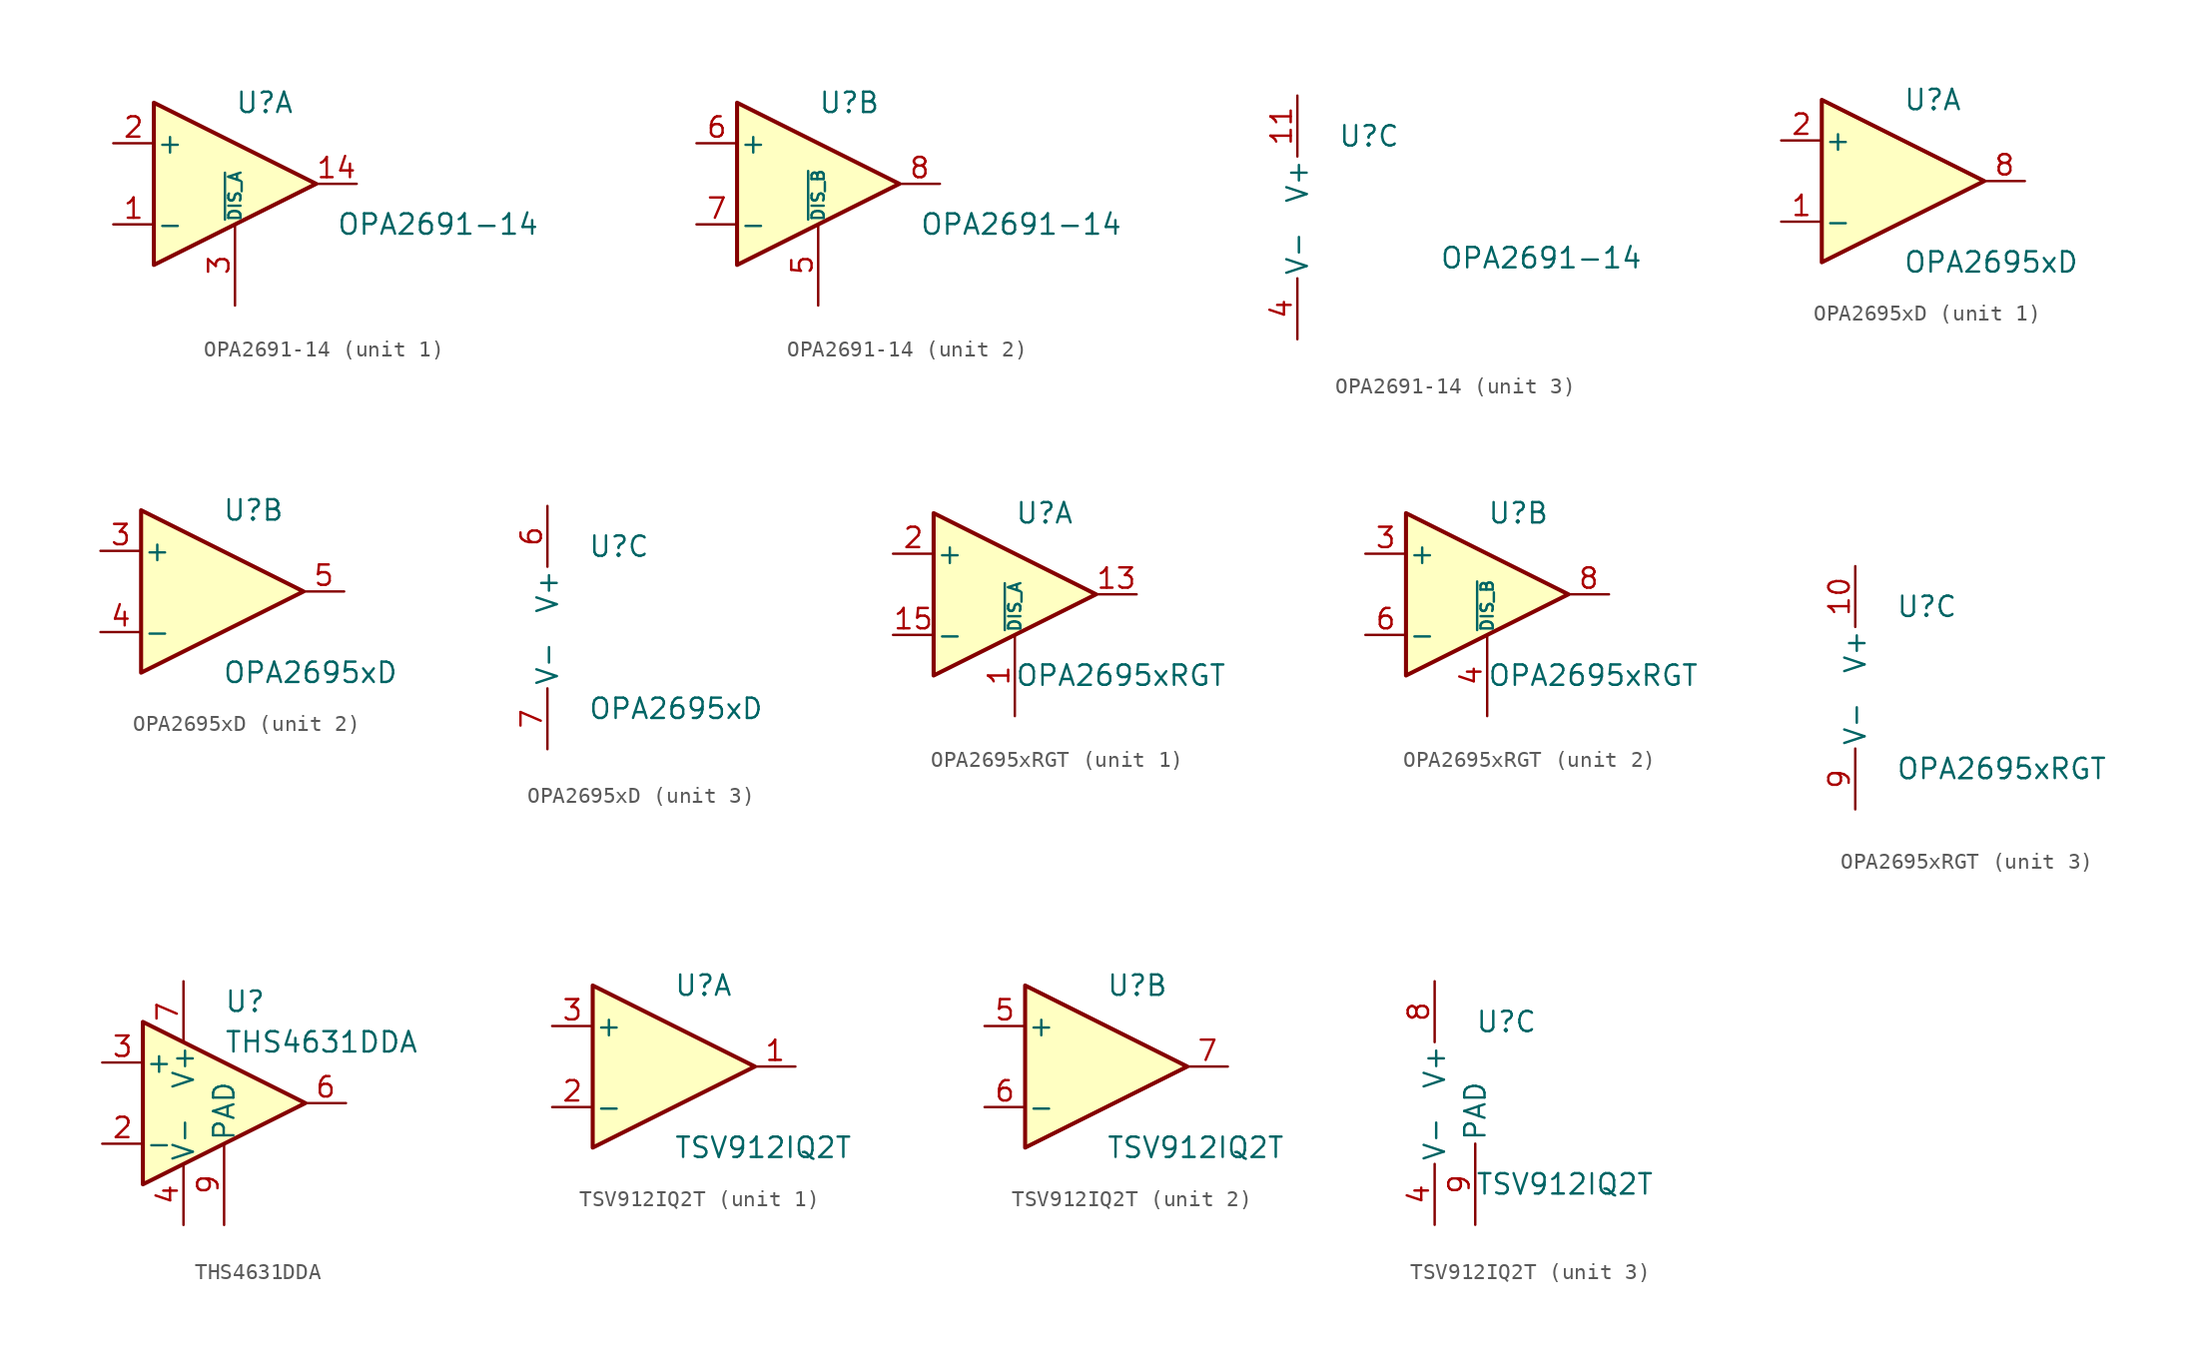
<source format=kicad_sym>
(kicad_symbol_lib
  (version 20200126)
  (host kicad_symbol_editor "(5.99.0-2908-g9a4f92dfd9)")
  (symbol "Bobs_Op_Amps:OPA2691-14"
    (pin_names
      (offset 0.127))
    (property "Reference" "U"
      (at 0 5.08 0)
      (effects (font (size 1.27 1.27)) (justify left)))
    (property "Value" "OPA2691-14"
      (at 6.35 -2.54 0)
      (effects (font (size 1.27 1.27)) (justify left)))
    (property "ki_locked" ""
      (at 0 0 0)
      (effects (font (size 1.27 1.27))))
    (symbol "OPA2691-14_1_1"
      (polyline (pts (xy -5.08 5.08) (xy 5.08 0) (xy -5.08 -5.08) (xy -5.08 5.08)) (stroke (width 0.254)) (fill (type background)))
      (pin input line (at -7.62 -2.54 0) (length 2.54) (name "-" (effects (font (size 1.27 1.27)))) (number "1" (effects (font (size 1.27 1.27)))))
      (pin unconnected line (at 0 -2.54 90) (length 2.54) hide (name "NC" (effects (font (size 1.27 1.27)))) (number "10" (effects (font (size 1.27 1.27)))))
      (pin output line (at 7.62 0 180) (length 2.54) (name "~" (effects (font (size 1.27 1.27)))) (number "14" (effects (font (size 1.27 1.27)))))
      (pin input line (at -7.62 2.54 0) (length 2.54) (name "+" (effects (font (size 1.27 1.27)))) (number "2" (effects (font (size 1.27 1.27)))))
      (pin input line (at 0 -7.62 90) (length 5.08) (name "~DIS_A" (effects (font (size 0.762 0.762)))) (number "3" (effects (font (size 1.27 1.27)))))
      (pin unconnected line (at -2.54 -2.54 90) (length 2.54) hide (name "NC" (effects (font (size 1.27 1.27)))) (number "9" (effects (font (size 1.27 1.27))))))
    (symbol "OPA2691-14_2_1"
      (polyline (pts (xy -5.08 5.08) (xy 5.08 0) (xy -5.08 -5.08) (xy -5.08 5.08)) (stroke (width 0.254)) (fill (type background)))
      (pin unconnected line (at -2.54 -2.54 90) (length 2.54) hide (name "NC" (effects (font (size 1.27 1.27)))) (number "12" (effects (font (size 1.27 1.27)))))
      (pin unconnected line (at 0 -2.54 90) (length 2.54) hide (name "NC" (effects (font (size 1.27 1.27)))) (number "13" (effects (font (size 1.27 1.27)))))
      (pin input line (at 0 -7.62 90) (length 5.08) (name "~DIS_B" (effects (font (size 0.762 0.762)))) (number "5" (effects (font (size 1.27 1.27)))))
      (pin input line (at -7.62 2.54 0) (length 2.54) (name "+" (effects (font (size 1.27 1.27)))) (number "6" (effects (font (size 1.27 1.27)))))
      (pin input line (at -7.62 -2.54 0) (length 2.54) (name "-" (effects (font (size 1.27 1.27)))) (number "7" (effects (font (size 1.27 1.27)))))
      (pin output line (at 7.62 0 180) (length 2.54) (name "~" (effects (font (size 1.27 1.27)))) (number "8" (effects (font (size 1.27 1.27))))))
    (symbol "OPA2691-14_3_1"
      (pin power_in line (at -2.54 7.62 270) (length 3.81) (name "V+" (effects (font (size 1.27 1.27)))) (number "11" (effects (font (size 1.27 1.27)))))
      (pin power_in line (at -2.54 -7.62 90) (length 3.81) (name "V-" (effects (font (size 1.27 1.27)))) (number "4" (effects (font (size 1.27 1.27)))))))
  (symbol "Bobs_Op_Amps:OPA2695xD"
    (pin_names
      (offset 0.127))
    (property "Reference" "U"
      (at 0 5.08 0)
      (effects (font (size 1.27 1.27)) (justify left)))
    (property "Value" "OPA2695xD"
      (at 0 -5.08 0)
      (effects (font (size 1.27 1.27)) (justify left)))
    (property "ki_locked" ""
      (at 0 0 0)
      (effects (font (size 1.27 1.27))))
    (symbol "OPA2695xD_1_1"
      (polyline (pts (xy -5.08 5.08) (xy 5.08 0) (xy -5.08 -5.08) (xy -5.08 5.08)) (stroke (width 0.254)) (fill (type background)))
      (pin input line (at -7.62 -2.54 0) (length 2.54) (name "-" (effects (font (size 1.27 1.27)))) (number "1" (effects (font (size 1.27 1.27)))))
      (pin input line (at -7.62 2.54 0) (length 2.54) (name "+" (effects (font (size 1.27 1.27)))) (number "2" (effects (font (size 1.27 1.27)))))
      (pin output line (at 7.62 0 180) (length 2.54) (name "~" (effects (font (size 1.27 1.27)))) (number "8" (effects (font (size 1.27 1.27))))))
    (symbol "OPA2695xD_2_1"
      (polyline (pts (xy -5.08 5.08) (xy 5.08 0) (xy -5.08 -5.08) (xy -5.08 5.08)) (stroke (width 0.254)) (fill (type background)))
      (pin input line (at -7.62 2.54 0) (length 2.54) (name "+" (effects (font (size 1.27 1.27)))) (number "3" (effects (font (size 1.27 1.27)))))
      (pin input line (at -7.62 -2.54 0) (length 2.54) (name "-" (effects (font (size 1.27 1.27)))) (number "4" (effects (font (size 1.27 1.27)))))
      (pin output line (at 7.62 0 180) (length 2.54) (name "~" (effects (font (size 1.27 1.27)))) (number "5" (effects (font (size 1.27 1.27))))))
    (symbol "OPA2695xD_3_1"
      (pin power_in line (at -2.54 7.62 270) (length 3.81) (name "V+" (effects (font (size 1.27 1.27)))) (number "6" (effects (font (size 1.27 1.27)))))
      (pin power_in line (at -2.54 -7.62 90) (length 3.81) (name "V-" (effects (font (size 1.27 1.27)))) (number "7" (effects (font (size 1.27 1.27)))))))
  (symbol "Bobs_Op_Amps:OPA2695xRGT"
    (pin_names
      (offset 0.127))
    (property "Reference" "U"
      (at 0 5.08 0)
      (effects (font (size 1.27 1.27)) (justify left)))
    (property "Value" "OPA2695xRGT"
      (at 0 -5.08 0)
      (effects (font (size 1.27 1.27)) (justify left)))
    (property "ki_locked" ""
      (at 0 0 0)
      (effects (font (size 1.27 1.27))))
    (symbol "OPA2695xRGT_1_1"
      (polyline (pts (xy -5.08 5.08) (xy 5.08 0) (xy -5.08 -5.08) (xy -5.08 5.08)) (stroke (width 0.254)) (fill (type background)))
      (pin input line (at 0 -7.62 90) (length 5.08) (name "~DIS_A" (effects (font (size 0.762 0.762)))) (number "1" (effects (font (size 1.27 1.27)))))
      (pin output line (at 7.62 0 180) (length 2.54) (name "~" (effects (font (size 1.27 1.27)))) (number "13" (effects (font (size 1.27 1.27)))))
      (pin unconnected line (at 0 -2.54 90) (length 2.54) hide (name "NC" (effects (font (size 1.27 1.27)))) (number "14" (effects (font (size 1.27 1.27)))))
      (pin input line (at -7.62 -2.54 0) (length 2.54) (name "-" (effects (font (size 1.27 1.27)))) (number "15" (effects (font (size 1.27 1.27)))))
      (pin input line (at -7.62 2.54 0) (length 2.54) (name "+" (effects (font (size 1.27 1.27)))) (number "2" (effects (font (size 1.27 1.27)))))
      (pin unconnected line (at 0 2.54 270) (length 2.54) hide (name "NC" (effects (font (size 1.27 1.27)))) (number "5" (effects (font (size 1.27 1.27))))))
    (symbol "OPA2695xRGT_2_1"
      (polyline (pts (xy -5.08 5.08) (xy 5.08 0) (xy -5.08 -5.08) (xy -5.08 5.08)) (stroke (width 0.254)) (fill (type background)))
      (pin unconnected line (at 0 -2.54 90) (length 2.54) hide (name "NC" (effects (font (size 1.27 1.27)))) (number "16" (effects (font (size 1.27 1.27)))))
      (pin input line (at -7.62 2.54 0) (length 2.54) (name "+" (effects (font (size 1.27 1.27)))) (number "3" (effects (font (size 1.27 1.27)))))
      (pin input line (at 0 -7.62 90) (length 5.08) (name "~DIS_B" (effects (font (size 0.762 0.762)))) (number "4" (effects (font (size 1.27 1.27)))))
      (pin input line (at -7.62 -2.54 0) (length 2.54) (name "-" (effects (font (size 1.27 1.27)))) (number "6" (effects (font (size 1.27 1.27)))))
      (pin unconnected line (at 0 2.54 270) (length 2.54) hide (name "NC" (effects (font (size 1.27 1.27)))) (number "7" (effects (font (size 1.27 1.27)))))
      (pin output line (at 7.62 0 180) (length 2.54) (name "~" (effects (font (size 1.27 1.27)))) (number "8" (effects (font (size 1.27 1.27))))))
    (symbol "OPA2695xRGT_3_1"
      (pin power_in line (at -2.54 7.62 270) (length 3.81) (name "V+" (effects (font (size 1.27 1.27)))) (number "10" (effects (font (size 1.27 1.27)))))
      (pin passive line (at -2.54 7.62 90) (length 3.81) hide (name "V+" (effects (font (size 1.27 1.27)))) (number "11" (effects (font (size 1.27 1.27)))))
      (pin passive line (at -2.54 -7.62 90) (length 3.81) hide (name "V-" (effects (font (size 1.27 1.27)))) (number "12" (effects (font (size 1.27 1.27)))))
      (pin power_in line (at -2.54 -7.62 90) (length 3.81) (name "V-" (effects (font (size 1.27 1.27)))) (number "9" (effects (font (size 1.27 1.27)))))))
  (symbol "Bobs_Op_Amps:THS4631DDA"
    (pin_names
      (offset 0.127))
    (property "Reference" "U"
      (at 0 6.35 0)
      (effects (font (size 1.27 1.27)) (justify left)))
    (property "Value" "THS4631DDA"
      (at 0 3.81 0)
      (effects (font (size 1.27 1.27)) (justify left)))
    (symbol "THS4631DDA_0_1"
      (polyline (pts (xy -5.08 5.08) (xy 5.08 0) (xy -5.08 -5.08) (xy -5.08 5.08)) (stroke (width 0.254)) (fill (type background))))
    (symbol "THS4631DDA_1_1"
      (pin unconnected line (at -2.54 2.54 270) (length 2.54) hide (name "NC" (effects (font (size 1.27 1.27)))) (number "1" (effects (font (size 1.27 1.27)))))
      (pin input line (at -7.62 -2.54 0) (length 2.54) (name "-" (effects (font (size 1.27 1.27)))) (number "2" (effects (font (size 1.27 1.27)))))
      (pin input line (at -7.62 2.54 0) (length 2.54) (name "+" (effects (font (size 1.27 1.27)))) (number "3" (effects (font (size 1.27 1.27)))))
      (pin power_in line (at -2.54 -7.62 90) (length 3.81) (name "V-" (effects (font (size 1.27 1.27)))) (number "4" (effects (font (size 1.27 1.27)))))
      (pin unconnected line (at 0 2.54 270) (length 2.54) hide (name "NC" (effects (font (size 1.27 1.27)))) (number "5" (effects (font (size 1.27 1.27)))))
      (pin output line (at 7.62 0 180) (length 2.54) (name "~" (effects (font (size 1.27 1.27)))) (number "6" (effects (font (size 1.27 1.27)))))
      (pin power_in line (at -2.54 7.62 270) (length 3.81) (name "V+" (effects (font (size 1.27 1.27)))) (number "7" (effects (font (size 1.27 1.27)))))
      (pin unconnected line (at 0 -2.54 90) (length 2.54) hide (name "NC" (effects (font (size 1.27 1.27)))) (number "8" (effects (font (size 1.27 1.27)))))
      (pin passive line (at 0 -7.62 90) (length 5.08) (name "PAD" (effects (font (size 1.27 1.27)))) (number "9" (effects (font (size 1.27 1.27)))))))
  (symbol "Bobs_Op_Amps:TSV912IQ2T"
    (pin_names
      (offset 0.127))
    (property "Reference" "U"
      (at 0 5.08 0)
      (effects (font (size 1.27 1.27)) (justify left)))
    (property "Value" "TSV912IQ2T"
      (at 0 -5.08 0)
      (effects (font (size 1.27 1.27)) (justify left)))
    (property "ki_locked" ""
      (at 0 0 0)
      (effects (font (size 1.27 1.27))))
    (symbol "TSV912IQ2T_1_1"
      (polyline (pts (xy -5.08 5.08) (xy 5.08 0) (xy -5.08 -5.08) (xy -5.08 5.08)) (stroke (width 0.254)) (fill (type background)))
      (pin output line (at 7.62 0 180) (length 2.54) (name "~" (effects (font (size 1.27 1.27)))) (number "1" (effects (font (size 1.27 1.27)))))
      (pin input line (at -7.62 -2.54 0) (length 2.54) (name "-" (effects (font (size 1.27 1.27)))) (number "2" (effects (font (size 1.27 1.27)))))
      (pin input line (at -7.62 2.54 0) (length 2.54) (name "+" (effects (font (size 1.27 1.27)))) (number "3" (effects (font (size 1.27 1.27))))))
    (symbol "TSV912IQ2T_2_1"
      (polyline (pts (xy -5.08 5.08) (xy 5.08 0) (xy -5.08 -5.08) (xy -5.08 5.08)) (stroke (width 0.254)) (fill (type background)))
      (pin input line (at -7.62 2.54 0) (length 2.54) (name "+" (effects (font (size 1.27 1.27)))) (number "5" (effects (font (size 1.27 1.27)))))
      (pin input line (at -7.62 -2.54 0) (length 2.54) (name "-" (effects (font (size 1.27 1.27)))) (number "6" (effects (font (size 1.27 1.27)))))
      (pin output line (at 7.62 0 180) (length 2.54) (name "~" (effects (font (size 1.27 1.27)))) (number "7" (effects (font (size 1.27 1.27))))))
    (symbol "TSV912IQ2T_3_1"
      (pin power_in line (at -2.54 -7.62 90) (length 3.81) (name "V-" (effects (font (size 1.27 1.27)))) (number "4" (effects (font (size 1.27 1.27)))))
      (pin power_in line (at -2.54 7.62 270) (length 3.81) (name "V+" (effects (font (size 1.27 1.27)))) (number "8" (effects (font (size 1.27 1.27)))))
      (pin power_in line (at 0 -7.62 90) (length 5.08) (name "PAD" (effects (font (size 1.27 1.27)))) (number "9" (effects (font (size 1.27 1.27))))))))
</source>
